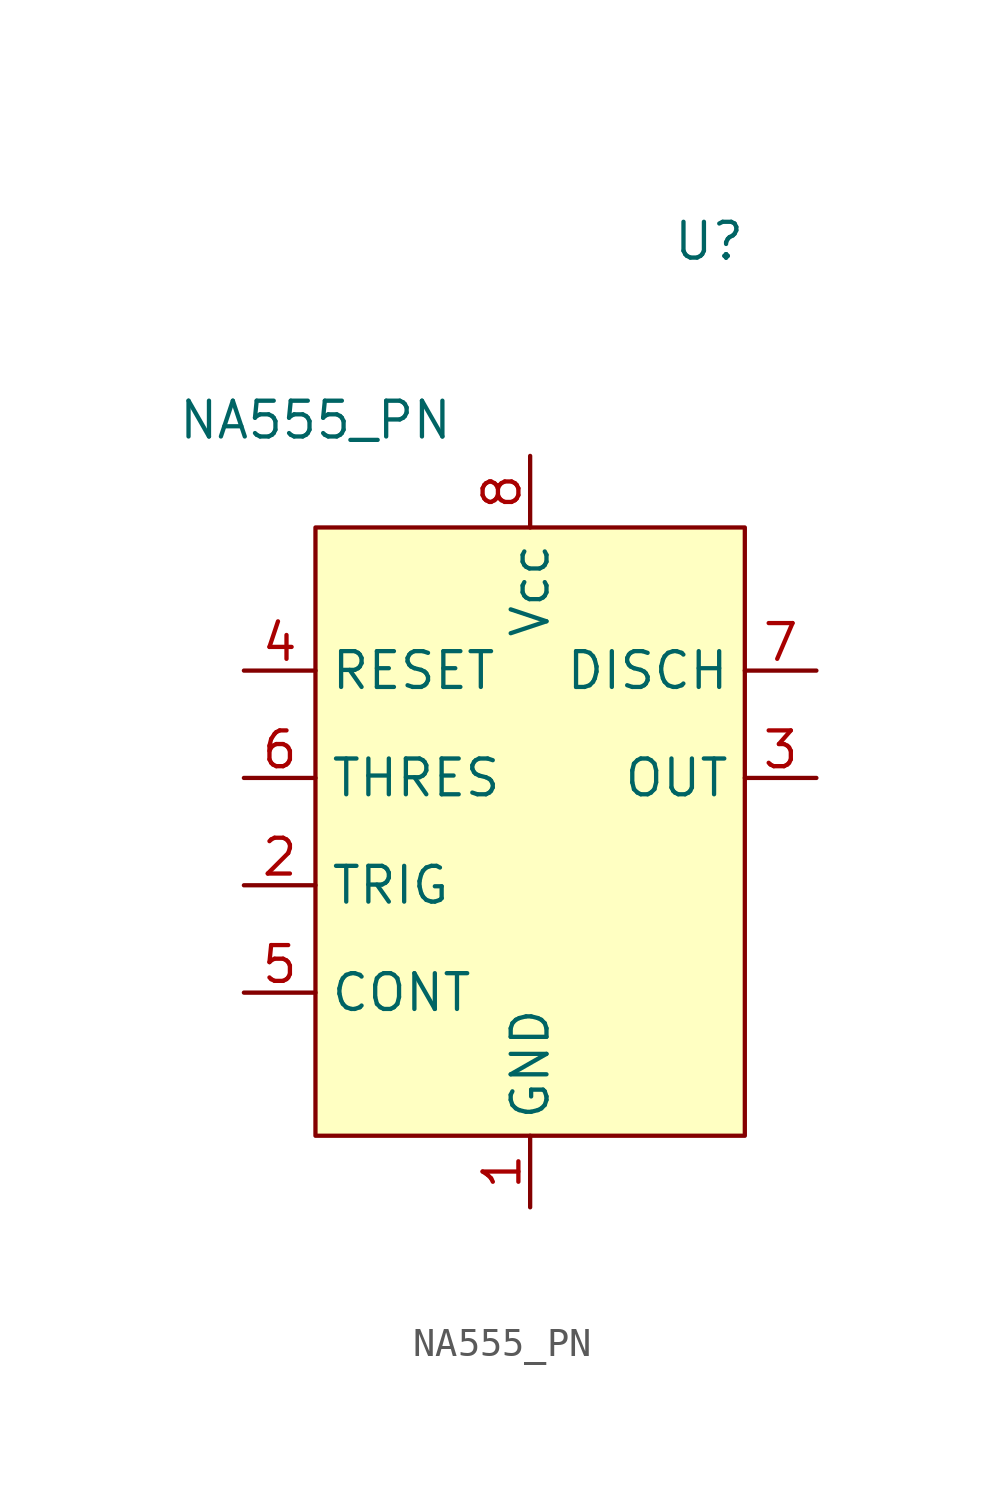
<source format=kicad_sym>
(kicad_symbol_lib
  (version 20211014)
  (generator kicad_symbol_editor)
  (symbol "NA555_PN"
    (property "Reference" "U"
      (at 7.62 7.62 0)
      (effects (font (size 1.27 1.27))))
    (property "Value" "NA555_PN"
      (at -6.35 1.27 0)
      (effects (font (size 1.27 1.27))))
    (symbol "NA555_PN_0_1"
      (rectangle (start -6.35 -2.54) (end 8.89 -24.13) (stroke (width 0.152) (type default) (color 0 0 0 0)) (fill (type background))))
    (symbol "NA555_PN_1_1"
      (pin power_in line (at 1.27 -26.67 90) (length 2.54) (name "GND" (effects (font (size 1.27 1.27)))) (number "1" (effects (font (size 1.27 1.27)))))
      (pin input line (at -8.89 -15.24 0) (length 2.54) (name "TRIG" (effects (font (size 1.27 1.27)))) (number "2" (effects (font (size 1.27 1.27)))))
      (pin output line (at 11.43 -11.43 180) (length 2.54) (name "OUT" (effects (font (size 1.27 1.27)))) (number "3" (effects (font (size 1.27 1.27)))))
      (pin input line (at -8.89 -7.62 0) (length 2.54) (name "RESET" (effects (font (size 1.27 1.27)))) (number "4" (effects (font (size 1.27 1.27)))))
      (pin bidirectional line (at -8.89 -19.05 0) (length 2.54) (name "CONT" (effects (font (size 1.27 1.27)))) (number "5" (effects (font (size 1.27 1.27)))))
      (pin input line (at -8.89 -11.43 0) (length 2.54) (name "THRES" (effects (font (size 1.27 1.27)))) (number "6" (effects (font (size 1.27 1.27)))))
      (pin output line (at 11.43 -7.62 180) (length 2.54) (name "DISCH" (effects (font (size 1.27 1.27)))) (number "7" (effects (font (size 1.27 1.27)))))
      (pin power_in line (at 1.27 0 270) (length 2.54) (name "Vcc" (effects (font (size 1.27 1.27)))) (number "8" (effects (font (size 1.27 1.27))))))))
</source>
